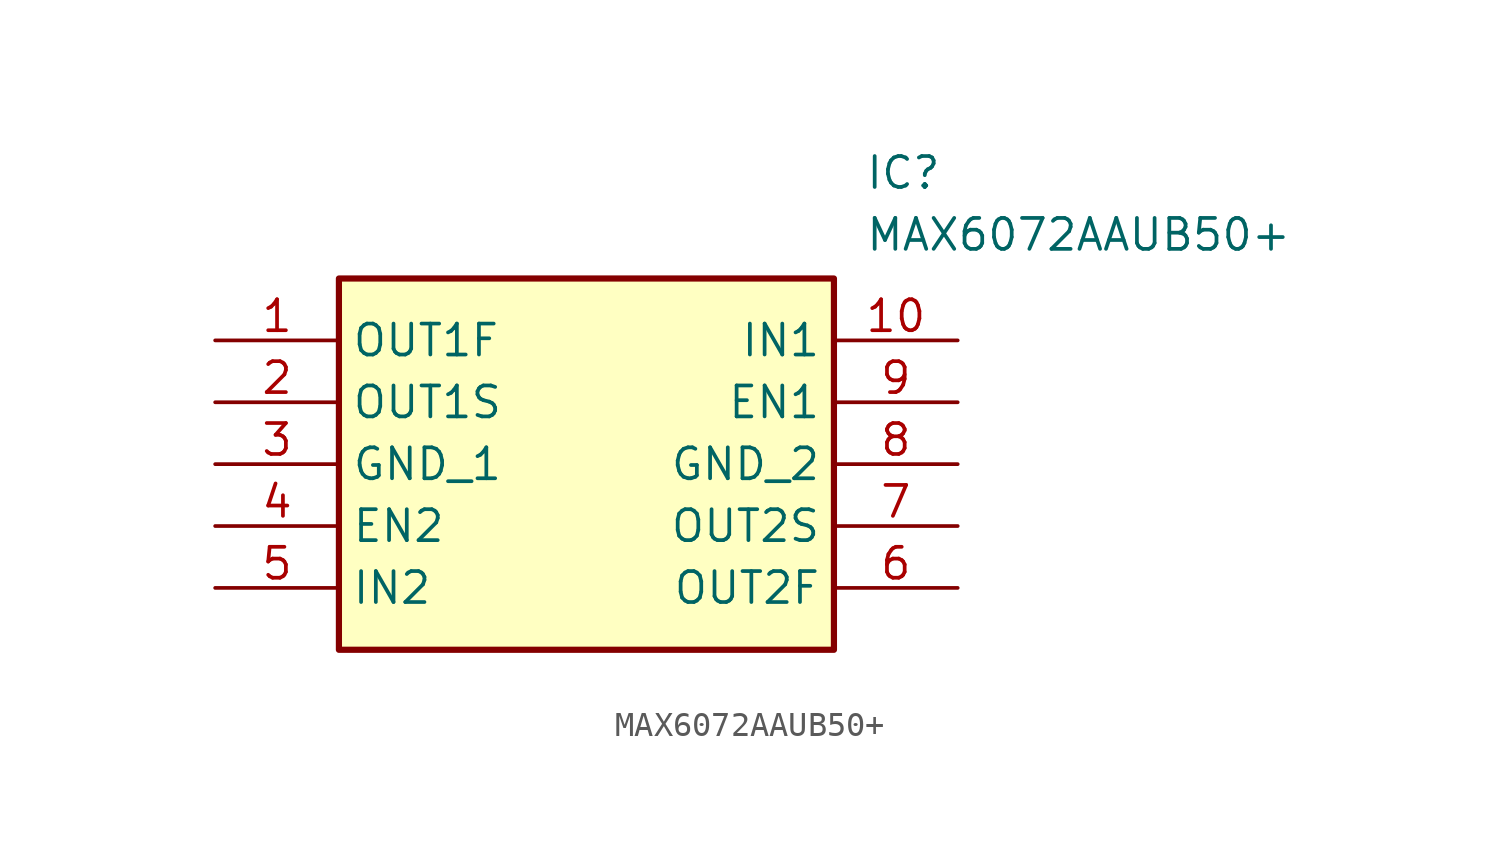
<source format=kicad_sym>
(kicad_symbol_lib
  (version 20211014)
  (generator SamacSys_ECAD_Model)
  (symbol "MAX6072AAUB50+"
    (property "Reference" "IC"
      (at 26.67 7.62 0)
      (effects (font (size 1.27 1.27)) (justify left top)))
    (property "Value" "MAX6072AAUB50+"
      (at 26.67 5.08 0)
      (effects (font (size 1.27 1.27)) (justify left top)))
    (rectangle
      (start 5.08 2.54)
      (end 25.4 -12.7)
      (stroke (width 0.254) (type default))
      (fill (type background)))
    (pin passive line
      (at 0 0 0)
      (length 5.08)
      (name "OUT1F" (effects (font (size 1.27 1.27))))
      (number "1" (effects (font (size 1.27 1.27)))))
    (pin passive line
      (at 0 -2.54 0)
      (length 5.08)
      (name "OUT1S" (effects (font (size 1.27 1.27))))
      (number "2" (effects (font (size 1.27 1.27)))))
    (pin passive line
      (at 0 -5.08 0)
      (length 5.08)
      (name "GND_1" (effects (font (size 1.27 1.27))))
      (number "3" (effects (font (size 1.27 1.27)))))
    (pin passive line
      (at 0 -7.62 0)
      (length 5.08)
      (name "EN2" (effects (font (size 1.27 1.27))))
      (number "4" (effects (font (size 1.27 1.27)))))
    (pin passive line
      (at 0 -10.16 0)
      (length 5.08)
      (name "IN2" (effects (font (size 1.27 1.27))))
      (number "5" (effects (font (size 1.27 1.27)))))
    (pin passive line
      (at 30.48 0 180)
      (length 5.08)
      (name "IN1" (effects (font (size 1.27 1.27))))
      (number "10" (effects (font (size 1.27 1.27)))))
    (pin passive line
      (at 30.48 -2.54 180)
      (length 5.08)
      (name "EN1" (effects (font (size 1.27 1.27))))
      (number "9" (effects (font (size 1.27 1.27)))))
    (pin passive line
      (at 30.48 -5.08 180)
      (length 5.08)
      (name "GND_2" (effects (font (size 1.27 1.27))))
      (number "8" (effects (font (size 1.27 1.27)))))
    (pin passive line
      (at 30.48 -7.62 180)
      (length 5.08)
      (name "OUT2S" (effects (font (size 1.27 1.27))))
      (number "7" (effects (font (size 1.27 1.27)))))
    (pin passive line
      (at 30.48 -10.16 180)
      (length 5.08)
      (name "OUT2F" (effects (font (size 1.27 1.27))))
      (number "6" (effects (font (size 1.27 1.27)))))))
</source>
